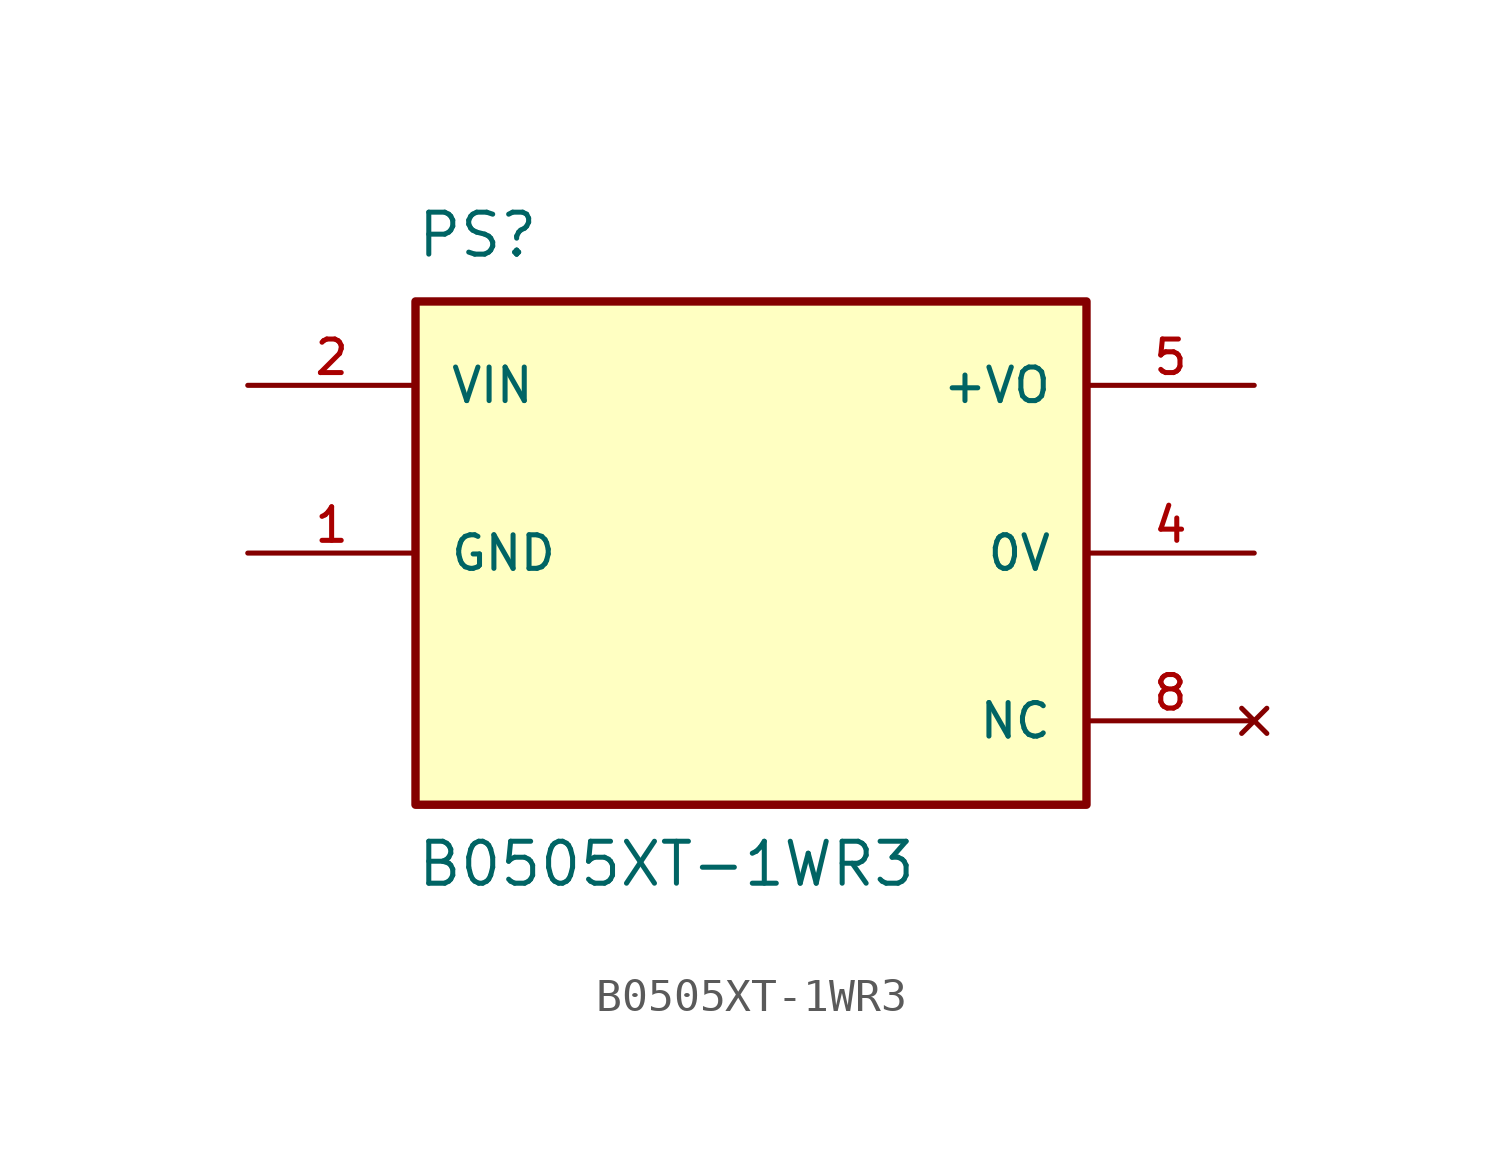
<source format=kicad_sym>
(kicad_symbol_lib
  (version 20211014)
  (generator kicad_symbol_editor)
  (symbol "B0505XT-1WR3"
    (pin_names
      (offset 1.016))
    (property "Reference" "PS"
      (at -10.16 8.89 0)
      (effects (font (size 1.27 1.27)) (justify bottom left)))
    (property "Value" "B0505XT-1WR3"
      (at -10.16 -10.16 0)
      (effects (font (size 1.27 1.27)) (justify bottom left)))
    (symbol "B0505XT-1WR3_0_0"
      (rectangle (start -10.16 -7.62) (end 10.16 7.62) (stroke (width 0.254)) (fill (type background)))
      (pin input line (at -15.24 5.08 0) (length 5.08) (name "VIN" (effects (font (size 1.016 1.016)))) (number "2" (effects (font (size 1.016 1.016)))))
      (pin no_connect line (at 15.24 -5.08 180.0) (length 5.08) (name "NC" (effects (font (size 1.016 1.016)))) (number "8" (effects (font (size 1.016 1.016)))))
      (pin output line (at 15.24 5.08 180.0) (length 5.08) (name "+VO" (effects (font (size 1.016 1.016)))) (number "5" (effects (font (size 1.016 1.016)))))
      (pin power_in line (at -15.24 0.0 0) (length 5.08) (name "GND" (effects (font (size 1.016 1.016)))) (number "1" (effects (font (size 1.016 1.016)))))
      (pin passive line (at 15.24 0.0 180.0) (length 5.08) (name "0V" (effects (font (size 1.016 1.016)))) (number "4" (effects (font (size 1.016 1.016))))))))
</source>
